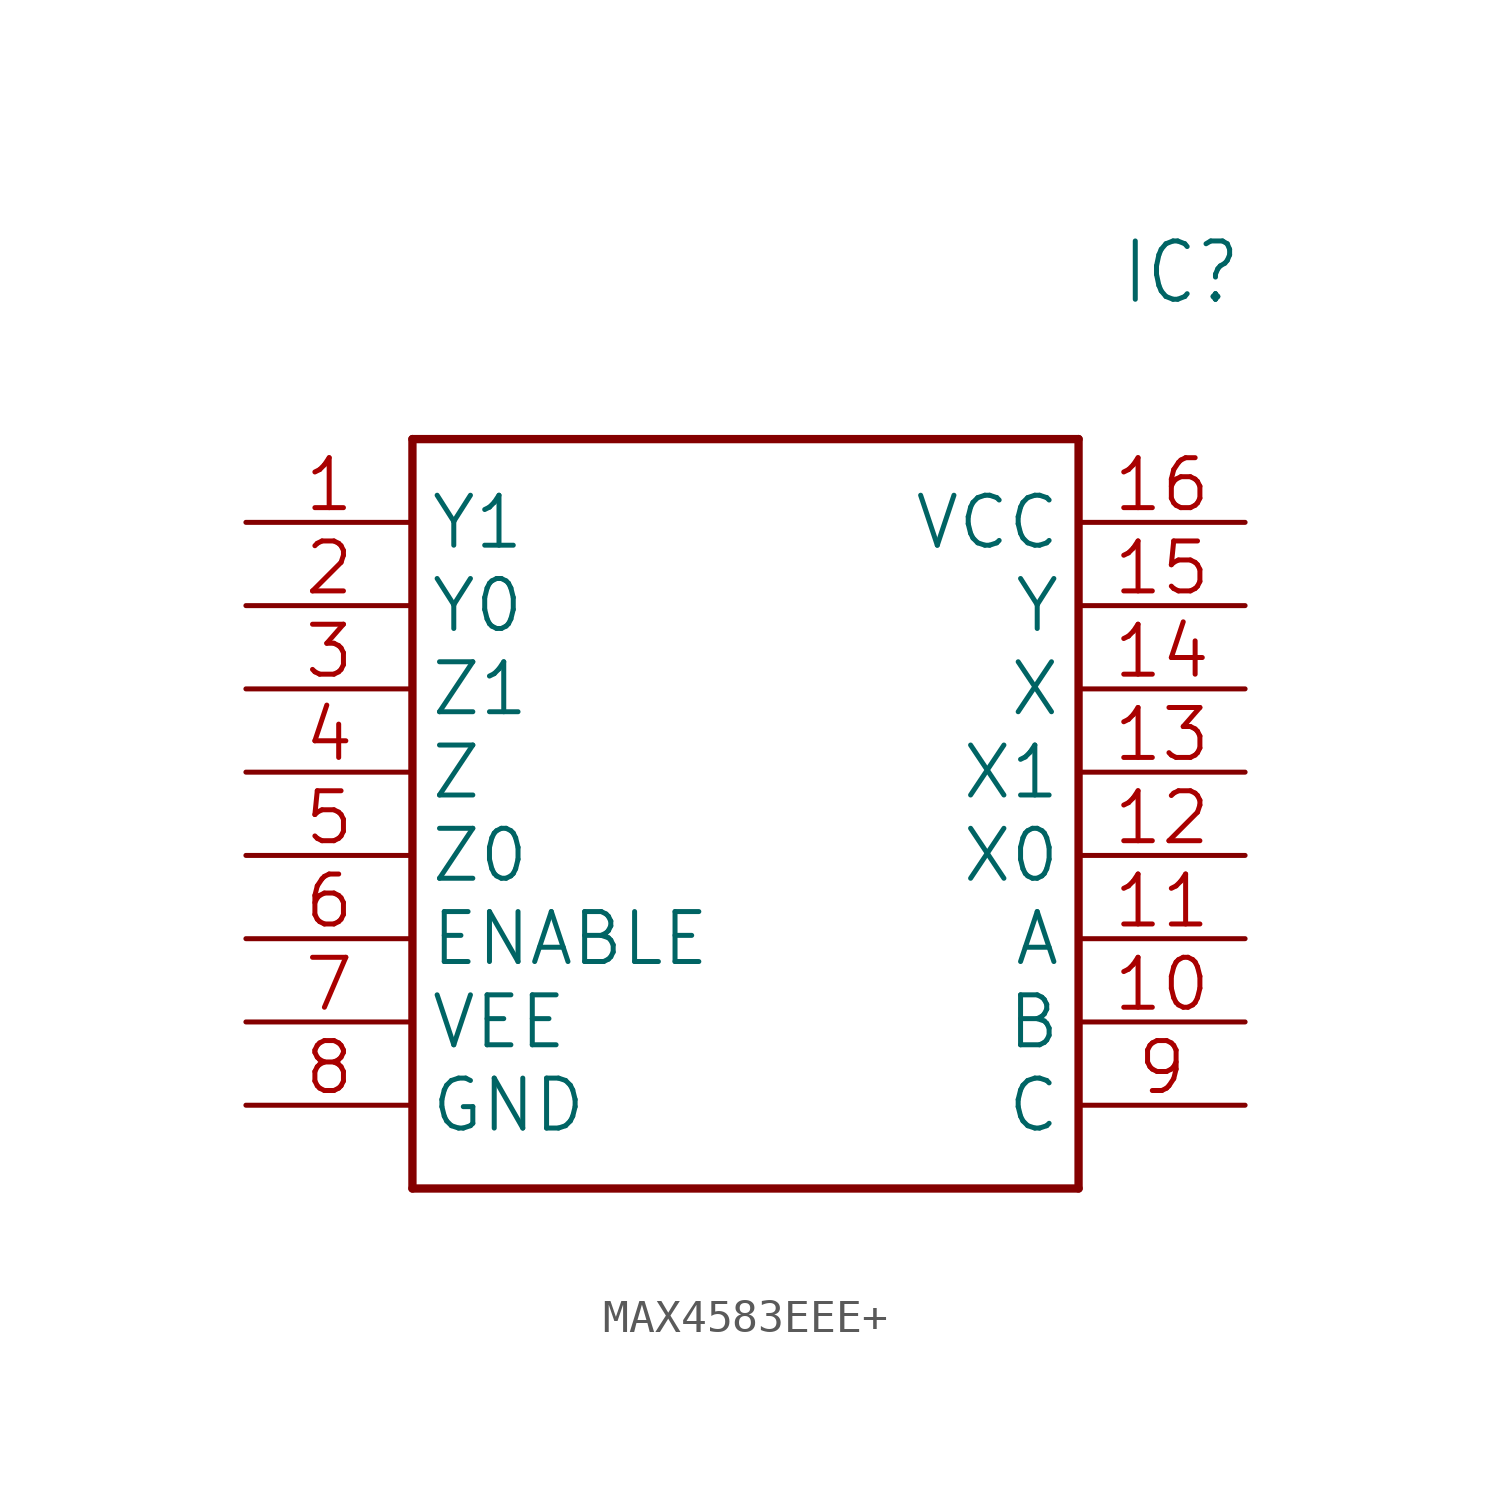
<source format=kicad_sym>
(kicad_symbol_lib
  (version 20241209)
  (generator "kicad_symbol_editor")
  (generator_version "9.0")
  (symbol "MAX4583EEE+"
    (property "Reference" "IC"
      (at 26.67 7.62 0)
      (effects (font (size 1.778 1.511)) (justify left)))
    (property "Value" ""
      (at 26.67 5.08 0)
      (effects (font (size 1.778 1.511)) (justify left)))
    (property "ki_locked" ""
      (at 0 0 0)
      (effects (font (size 1.27 1.27))))
    (symbol "MAX4583EEE+_1_0"
      (polyline (pts (xy 5.08 2.54) (xy 5.08 -20.32)) (stroke (width 0.254) (type solid)) (fill (type none)))
      (polyline (pts (xy 5.08 2.54) (xy 25.4 2.54)) (stroke (width 0.254) (type solid)) (fill (type none)))
      (polyline (pts (xy 25.4 -20.32) (xy 5.08 -20.32)) (stroke (width 0.254) (type solid)) (fill (type none)))
      (polyline (pts (xy 25.4 -20.32) (xy 25.4 2.54)) (stroke (width 0.254) (type solid)) (fill (type none)))
      (pin bidirectional line (at 0 0 0) (length 5.08) (name "Y1" (effects (font (size 1.524 1.524)))) (number "1" (effects (font (size 1.524 1.524)))))
      (pin bidirectional line (at 0 -2.54 0) (length 5.08) (name "Y0" (effects (font (size 1.524 1.524)))) (number "2" (effects (font (size 1.524 1.524)))))
      (pin bidirectional line (at 0 -5.08 0) (length 5.08) (name "Z1" (effects (font (size 1.524 1.524)))) (number "3" (effects (font (size 1.524 1.524)))))
      (pin bidirectional line (at 0 -7.62 0) (length 5.08) (name "Z" (effects (font (size 1.524 1.524)))) (number "4" (effects (font (size 1.524 1.524)))))
      (pin bidirectional line (at 0 -10.16 0) (length 5.08) (name "Z0" (effects (font (size 1.524 1.524)))) (number "5" (effects (font (size 1.524 1.524)))))
      (pin bidirectional line (at 0 -12.7 0) (length 5.08) (name "ENABLE" (effects (font (size 1.524 1.524)))) (number "6" (effects (font (size 1.524 1.524)))))
      (pin bidirectional line (at 0 -15.24 0) (length 5.08) (name "VEE" (effects (font (size 1.524 1.524)))) (number "7" (effects (font (size 1.524 1.524)))))
      (pin bidirectional line (at 0 -17.78 0) (length 5.08) (name "GND" (effects (font (size 1.524 1.524)))) (number "8" (effects (font (size 1.524 1.524)))))
      (pin bidirectional line (at 30.48 0 180) (length 5.08) (name "VCC" (effects (font (size 1.524 1.524)))) (number "16" (effects (font (size 1.524 1.524)))))
      (pin bidirectional line (at 30.48 -2.54 180) (length 5.08) (name "Y" (effects (font (size 1.524 1.524)))) (number "15" (effects (font (size 1.524 1.524)))))
      (pin bidirectional line (at 30.48 -5.08 180) (length 5.08) (name "X" (effects (font (size 1.524 1.524)))) (number "14" (effects (font (size 1.524 1.524)))))
      (pin bidirectional line (at 30.48 -7.62 180) (length 5.08) (name "X1" (effects (font (size 1.524 1.524)))) (number "13" (effects (font (size 1.524 1.524)))))
      (pin bidirectional line (at 30.48 -10.16 180) (length 5.08) (name "X0" (effects (font (size 1.524 1.524)))) (number "12" (effects (font (size 1.524 1.524)))))
      (pin bidirectional line (at 30.48 -12.7 180) (length 5.08) (name "A" (effects (font (size 1.524 1.524)))) (number "11" (effects (font (size 1.524 1.524)))))
      (pin bidirectional line (at 30.48 -15.24 180) (length 5.08) (name "B" (effects (font (size 1.524 1.524)))) (number "10" (effects (font (size 1.524 1.524)))))
      (pin bidirectional line (at 30.48 -17.78 180) (length 5.08) (name "C" (effects (font (size 1.524 1.524)))) (number "9" (effects (font (size 1.524 1.524))))))))
</source>
